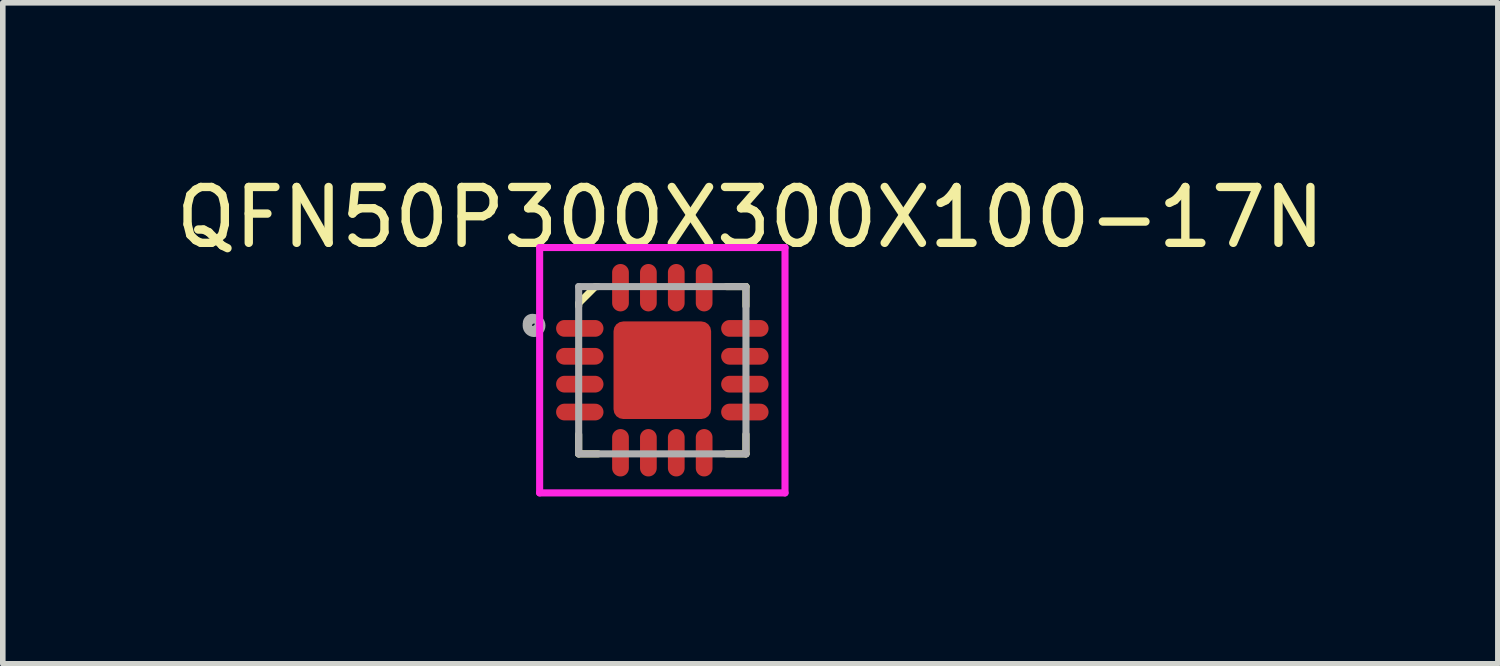
<source format=kicad_pcb>
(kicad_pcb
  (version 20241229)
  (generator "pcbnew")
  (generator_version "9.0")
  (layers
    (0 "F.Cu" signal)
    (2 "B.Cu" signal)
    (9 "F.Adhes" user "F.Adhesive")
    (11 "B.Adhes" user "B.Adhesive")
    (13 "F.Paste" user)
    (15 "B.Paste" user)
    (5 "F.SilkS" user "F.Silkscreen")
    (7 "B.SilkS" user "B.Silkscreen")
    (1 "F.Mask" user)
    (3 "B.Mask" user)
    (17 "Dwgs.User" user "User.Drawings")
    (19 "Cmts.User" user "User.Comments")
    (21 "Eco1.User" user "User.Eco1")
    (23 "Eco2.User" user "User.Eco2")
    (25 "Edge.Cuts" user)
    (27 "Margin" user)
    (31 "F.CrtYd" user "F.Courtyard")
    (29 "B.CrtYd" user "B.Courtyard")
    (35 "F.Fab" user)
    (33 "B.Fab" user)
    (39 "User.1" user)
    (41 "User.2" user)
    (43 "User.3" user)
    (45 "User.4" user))
  (footprint "QFN50P300X300X100-17N"
    (layer "F.Cu")
    (at 8.827 3.589)
    (property "Reference" "QFN50P300X300X100-17N" (at 1.578 -2.74 0) (layer "F.SilkS") (effects (font (size 1.002 1.002) (thickness 0.15))))
    (attr smd)
    (fp_line (start -1.5 -1.2) (end -1.2 -1.5) (stroke (width 0.127) (type solid)) (layer "F.SilkS"))
    (fp_line (start -1.5 -1.15) (end -1.5 -1.2) (stroke (width 0.127) (type solid)) (layer "F.SilkS"))
    (fp_line (start -1.5 1.15) (end -1.5 1.5) (stroke (width 0.127) (type solid)) (layer "F.SilkS"))
    (fp_line (start -1.5 1.5) (end -1.15 1.5) (stroke (width 0.127) (type solid)) (layer "F.SilkS"))
    (fp_line (start -1.2 -1.5) (end -1.15 -1.5) (stroke (width 0.127) (type solid)) (layer "F.SilkS"))
    (fp_line (start 1.15 -1.5) (end 1.5 -1.5) (stroke (width 0.127) (type solid)) (layer "F.SilkS"))
    (fp_line (start 1.5 -1.5) (end 1.5 -1.15) (stroke (width 0.127) (type solid)) (layer "F.SilkS"))
    (fp_line (start 1.5 1.15) (end 1.5 1.5) (stroke (width 0.127) (type solid)) (layer "F.SilkS"))
    (fp_line (start 1.5 1.5) (end 1.15 1.5) (stroke (width 0.127) (type solid)) (layer "F.SilkS"))
    (fp_line (start -2.2 -2.2) (end -2.2 2.2) (stroke (width 0.127) (type solid)) (layer "F.CrtYd"))
    (fp_line (start -2.2 2.2) (end 2.2 2.2) (stroke (width 0.127) (type solid)) (layer "F.CrtYd"))
    (fp_line (start 2.2 -2.2) (end -2.2 -2.2) (stroke (width 0.127) (type solid)) (layer "F.CrtYd"))
    (fp_line (start 2.2 2.2) (end 2.2 -2.2) (stroke (width 0.127) (type solid)) (layer "F.CrtYd"))
    (fp_line (start -1.5 -1.5) (end 1.5 -1.5) (stroke (width 0.127) (type solid)) (layer "F.Fab"))
    (fp_line (start -1.5 1.5) (end -1.5 -1.5) (stroke (width 0.127) (type solid)) (layer "F.Fab"))
    (fp_line (start 1.5 -1.48) (end 1.5 1.5) (stroke (width 0.127) (type solid)) (layer "F.Fab"))
    (fp_line (start 1.5 1.5) (end -1.5 1.5) (stroke (width 0.127) (type solid)) (layer "F.Fab"))
    (fp_circle (center -2.33 -0.84) (end -2.285 -0.84) (stroke (width 0.127) (type solid)) (fill no) (layer "F.Fab"))
    (fp_circle (center -2.3 -0.8) (end -2.2 -0.8) (stroke (width 0.127) (type solid)) (fill no) (layer "F.Fab"))
    (fp_circle (center -2.3 -0.8) (end -2.159 -0.8) (stroke (width 0.127) (type solid)) (fill no) (layer "F.Fab"))
    (pad "1" smd oval (at -1.48 -0.75) (size 0.85 0.3) (layers "F.Cu" "F.Mask" "F.Paste"))
    (pad "2" smd oval (at -1.48 -0.25) (size 0.85 0.3) (layers "F.Cu" "F.Mask" "F.Paste"))
    (pad "3" smd oval (at -1.48 0.25) (size 0.85 0.3) (layers "F.Cu" "F.Mask" "F.Paste"))
    (pad "4" smd oval (at -1.48 0.75) (size 0.85 0.3) (layers "F.Cu" "F.Mask" "F.Paste"))
    (pad "5" smd oval (at -0.75 1.48) (size 0.3 0.85) (layers "F.Cu" "F.Mask" "F.Paste"))
    (pad "6" smd oval (at -0.25 1.48) (size 0.3 0.85) (layers "F.Cu" "F.Mask" "F.Paste"))
    (pad "7" smd oval (at 0.25 1.48) (size 0.3 0.85) (layers "F.Cu" "F.Mask" "F.Paste"))
    (pad "8" smd oval (at 0.75 1.48) (size 0.3 0.85) (layers "F.Cu" "F.Mask" "F.Paste"))
    (pad "9" smd oval (at 1.48 0.75) (size 0.85 0.3) (layers "F.Cu" "F.Mask" "F.Paste"))
    (pad "10" smd oval (at 1.48 0.25) (size 0.85 0.3) (layers "F.Cu" "F.Mask" "F.Paste"))
    (pad "11" smd oval (at 1.48 -0.25) (size 0.85 0.3) (layers "F.Cu" "F.Mask" "F.Paste"))
    (pad "12" smd oval (at 1.48 -0.75) (size 0.85 0.3) (layers "F.Cu" "F.Mask" "F.Paste"))
    (pad "13" smd oval (at 0.75 -1.48) (size 0.3 0.85) (layers "F.Cu" "F.Mask" "F.Paste"))
    (pad "14" smd oval (at 0.25 -1.48) (size 0.3 0.85) (layers "F.Cu" "F.Mask" "F.Paste"))
    (pad "15" smd oval (at -0.25 -1.48) (size 0.3 0.85) (layers "F.Cu" "F.Mask" "F.Paste"))
    (pad "16" smd oval (at -0.75 -1.48) (size 0.3 0.85) (layers "F.Cu" "F.Mask" "F.Paste"))
    (pad "17" smd roundrect (at 0 0) (size 1.75 1.75) (layers "F.Cu" "F.Mask" "F.Paste") (roundrect_rratio 0.1)))
  (gr_rect
    (start -3 -3)
    (end 23.81 8.853)
    (stroke (width 0.1) (type default))
    (fill no)
    (layer "Edge.Cuts")))
</source>
